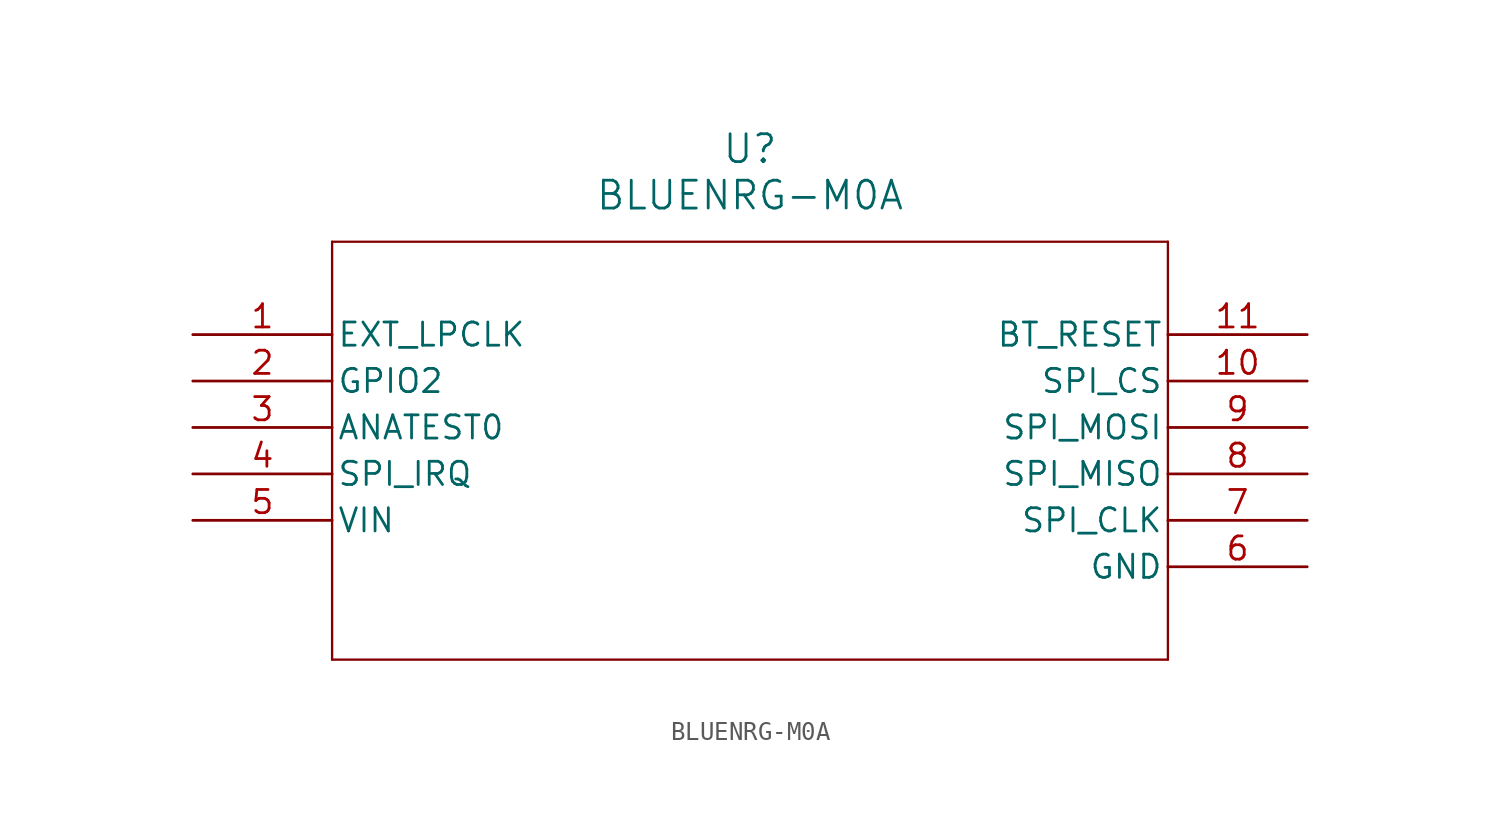
<source format=kicad_sym>
(kicad_symbol_lib
  (version 20211014)
  (generator kicad_symbol_editor)
  (symbol "BLUENRG-M0A"
    (pin_names
      (offset 0.254))
    (property "Reference" "U"
      (at 30.48 10.16 0)
      (effects (font (size 1.524 1.524))))
    (property "Value" "BLUENRG-M0A"
      (at 30.48 7.62 0)
      (effects (font (size 1.524 1.524))))
    (symbol "BLUENRG-M0A_0_1"
      (polyline (pts (xy 7.62 5.08) (xy 7.62 -17.78)) (stroke (width 0.127) (type default) (color 0 0 0 0)) (fill (type none)))
      (polyline (pts (xy 7.62 -17.78) (xy 53.34 -17.78)) (stroke (width 0.127) (type default) (color 0 0 0 0)) (fill (type none)))
      (polyline (pts (xy 53.34 -17.78) (xy 53.34 5.08)) (stroke (width 0.127) (type default) (color 0 0 0 0)) (fill (type none)))
      (polyline (pts (xy 53.34 5.08) (xy 7.62 5.08)) (stroke (width 0.127) (type default) (color 0 0 0 0)) (fill (type none)))
      (pin input line (at 0 0 0) (length 7.62) (name "EXT_LPCLK" (effects (font (size 1.27 1.27)))) (number "1" (effects (font (size 1.27 1.27)))))
      (pin bidirectional line (at 0 -2.54 0) (length 7.62) (name "GPIO2" (effects (font (size 1.27 1.27)))) (number "2" (effects (font (size 1.27 1.27)))))
      (pin input line (at 0 -5.08 0) (length 7.62) (name "ANATEST0" (effects (font (size 1.27 1.27)))) (number "3" (effects (font (size 1.27 1.27)))))
      (pin output line (at 0 -7.62 0) (length 7.62) (name "SPI_IRQ" (effects (font (size 1.27 1.27)))) (number "4" (effects (font (size 1.27 1.27)))))
      (pin input line (at 0 -10.16 0) (length 7.62) (name "VIN" (effects (font (size 1.27 1.27)))) (number "5" (effects (font (size 1.27 1.27)))))
      (pin power_in line (at 60.96 -12.7 180) (length 7.62) (name "GND" (effects (font (size 1.27 1.27)))) (number "6" (effects (font (size 1.27 1.27)))))
      (pin input line (at 60.96 -10.16 180) (length 7.62) (name "SPI_CLK" (effects (font (size 1.27 1.27)))) (number "7" (effects (font (size 1.27 1.27)))))
      (pin output line (at 60.96 -7.62 180) (length 7.62) (name "SPI_MISO" (effects (font (size 1.27 1.27)))) (number "8" (effects (font (size 1.27 1.27)))))
      (pin input line (at 60.96 -5.08 180) (length 7.62) (name "SPI_MOSI" (effects (font (size 1.27 1.27)))) (number "9" (effects (font (size 1.27 1.27)))))
      (pin input line (at 60.96 -2.54 180) (length 7.62) (name "SPI_CS" (effects (font (size 1.27 1.27)))) (number "10" (effects (font (size 1.27 1.27)))))
      (pin input line (at 60.96 0 180) (length 7.62) (name "BT_RESET" (effects (font (size 1.27 1.27)))) (number "11" (effects (font (size 1.27 1.27))))))))
</source>
